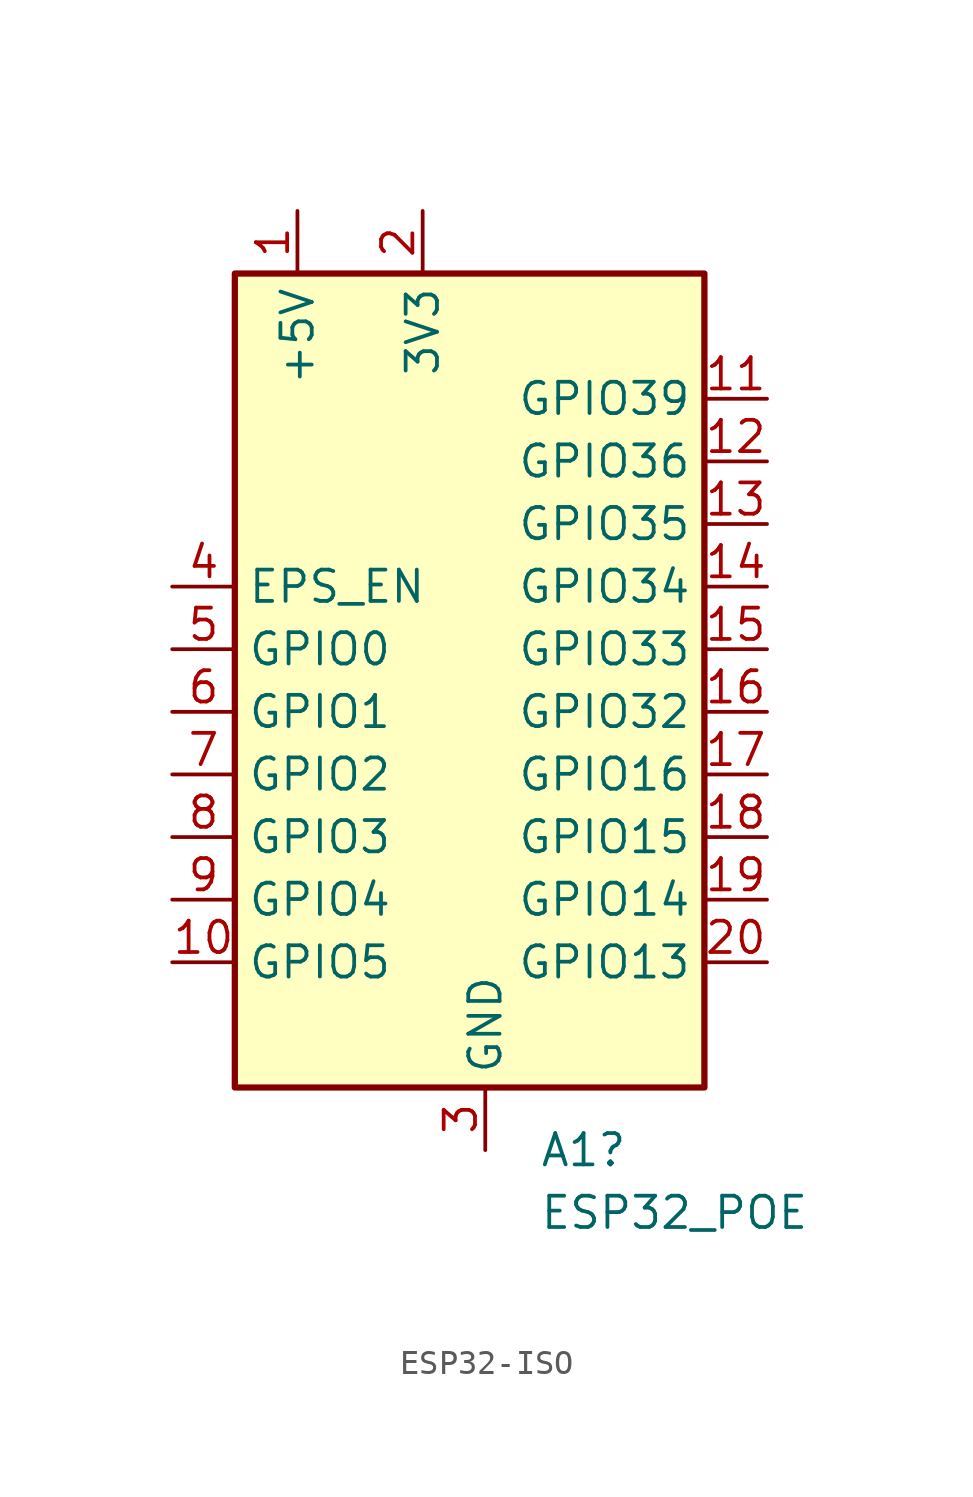
<source format=kicad_sym>
(kicad_symbol_lib
  (version 20220914)
  (generator kicad_symbol_editor)
  (symbol "ESP32-ISO"
    (property "Reference" "A1"
      (at 2.194 -19.05 0)
      (effects (font (size 1.27 1.27)) (justify left)))
    (property "Value" "ESP32_POE"
      (at 2.194 -21.59 0)
      (effects (font (size 1.27 1.27)) (justify left)))
    (symbol "ESP32-ISO_0_1"
      (rectangle (start -10.16 16.51) (end 8.89 -16.51) (stroke (width 0.254) (type default)) (fill (type background))))
    (symbol "ESP32-ISO_1_1"
      (pin input line (at -7.62 19.05 270) (length 2.54) (name "+5V" (effects (font (size 1.27 1.27)))) (number "1" (effects (font (size 1.27 1.27)))))
      (pin bidirectional line (at -12.7 -11.43 0) (length 2.54) (name "GPIO5" (effects (font (size 1.27 1.27)))) (number "10" (effects (font (size 1.27 1.27)))))
      (pin bidirectional line (at 11.43 11.43 180) (length 2.54) (name "GPIO39" (effects (font (size 1.27 1.27)))) (number "11" (effects (font (size 1.27 1.27)))))
      (pin bidirectional line (at 11.43 8.89 180) (length 2.54) (name "GPIO36" (effects (font (size 1.27 1.27)))) (number "12" (effects (font (size 1.27 1.27)))))
      (pin bidirectional line (at 11.43 6.35 180) (length 2.54) (name "GPIO35" (effects (font (size 1.27 1.27)))) (number "13" (effects (font (size 1.27 1.27)))))
      (pin bidirectional line (at 11.43 3.81 180) (length 2.54) (name "GPIO34" (effects (font (size 1.27 1.27)))) (number "14" (effects (font (size 1.27 1.27)))))
      (pin bidirectional line (at 11.43 1.27 180) (length 2.54) (name "GPIO33" (effects (font (size 1.27 1.27)))) (number "15" (effects (font (size 1.27 1.27)))))
      (pin bidirectional line (at 11.43 -1.27 180) (length 2.54) (name "GPIO32" (effects (font (size 1.27 1.27)))) (number "16" (effects (font (size 1.27 1.27)))))
      (pin bidirectional line (at 11.43 -3.81 180) (length 2.54) (name "GPIO16" (effects (font (size 1.27 1.27)))) (number "17" (effects (font (size 1.27 1.27)))))
      (pin bidirectional line (at 11.43 -6.35 180) (length 2.54) (name "GPIO15" (effects (font (size 1.27 1.27)))) (number "18" (effects (font (size 1.27 1.27)))))
      (pin bidirectional line (at 11.43 -8.89 180) (length 2.54) (name "GPIO14" (effects (font (size 1.27 1.27)))) (number "19" (effects (font (size 1.27 1.27)))))
      (pin power_in line (at -2.54 19.05 270) (length 2.54) (name "3V3" (effects (font (size 1.27 1.27)))) (number "2" (effects (font (size 1.27 1.27)))))
      (pin bidirectional line (at 11.43 -11.43 180) (length 2.54) (name "GPIO13" (effects (font (size 1.27 1.27)))) (number "20" (effects (font (size 1.27 1.27)))))
      (pin power_in line (at 0 -19.05 90) (length 2.54) (name "GND" (effects (font (size 1.27 1.27)))) (number "3" (effects (font (size 1.27 1.27)))))
      (pin input line (at -12.7 3.81 0) (length 2.54) (name "EPS_EN" (effects (font (size 1.27 1.27)))) (number "4" (effects (font (size 1.27 1.27)))))
      (pin bidirectional line (at -12.7 1.27 0) (length 2.54) (name "GPIO0" (effects (font (size 1.27 1.27)))) (number "5" (effects (font (size 1.27 1.27)))))
      (pin bidirectional line (at -12.7 -1.27 0) (length 2.54) (name "GPIO1" (effects (font (size 1.27 1.27)))) (number "6" (effects (font (size 1.27 1.27)))))
      (pin bidirectional line (at -12.7 -3.81 0) (length 2.54) (name "GPIO2" (effects (font (size 1.27 1.27)))) (number "7" (effects (font (size 1.27 1.27)))))
      (pin bidirectional line (at -12.7 -6.35 0) (length 2.54) (name "GPIO3" (effects (font (size 1.27 1.27)))) (number "8" (effects (font (size 1.27 1.27)))))
      (pin bidirectional line (at -12.7 -8.89 0) (length 2.54) (name "GPIO4" (effects (font (size 1.27 1.27)))) (number "9" (effects (font (size 1.27 1.27))))))))
</source>
